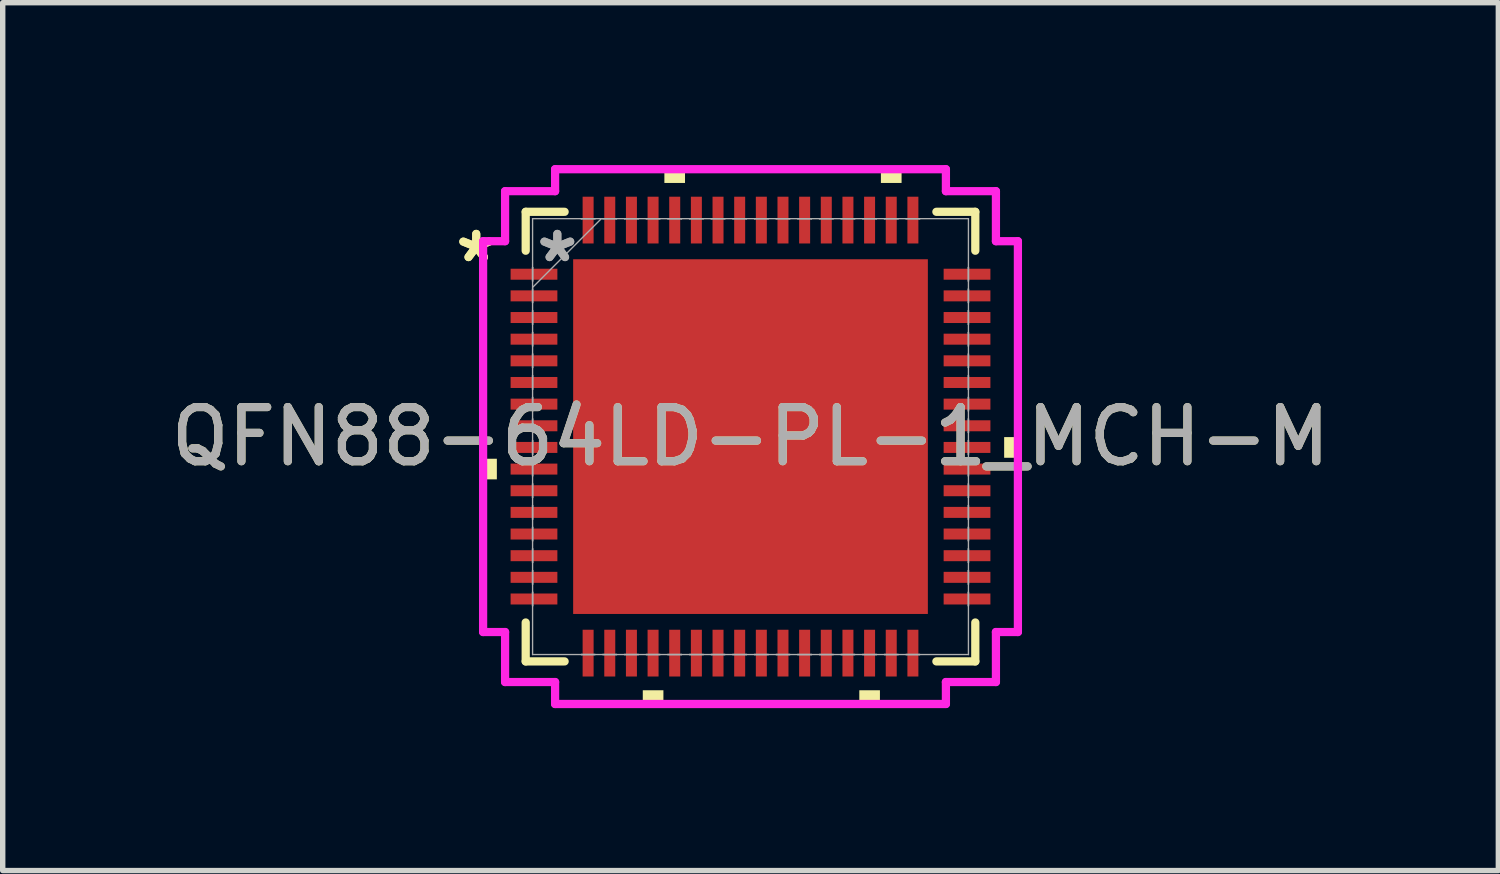
<source format=kicad_pcb>
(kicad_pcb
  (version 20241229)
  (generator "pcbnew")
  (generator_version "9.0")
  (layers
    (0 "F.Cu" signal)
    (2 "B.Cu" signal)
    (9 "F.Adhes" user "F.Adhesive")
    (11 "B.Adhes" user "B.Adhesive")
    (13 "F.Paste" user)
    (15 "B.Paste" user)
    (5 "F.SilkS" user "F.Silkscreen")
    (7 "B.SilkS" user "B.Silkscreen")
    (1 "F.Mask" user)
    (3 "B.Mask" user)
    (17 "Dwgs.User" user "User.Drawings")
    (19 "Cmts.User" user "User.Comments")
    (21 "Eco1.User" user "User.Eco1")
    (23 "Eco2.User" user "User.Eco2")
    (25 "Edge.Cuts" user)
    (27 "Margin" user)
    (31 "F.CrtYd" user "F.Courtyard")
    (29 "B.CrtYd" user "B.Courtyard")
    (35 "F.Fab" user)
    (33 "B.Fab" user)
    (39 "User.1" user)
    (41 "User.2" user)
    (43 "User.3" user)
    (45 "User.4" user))
  (footprint "QFN88-64LD-PL-1_MCH-M"
    (layer "F.Cu")
    (at 10.815 5.016)
    (property "Reference" "QFN88-64LD-PL-1_MCH-M" (at 0 0 0) (unlocked yes) (layer "F.SilkS") (effects (font (size 1 1) (thickness 0.15))))
    (attr smd)
    (fp_line (start -4.153 -4.153) (end -4.153 -3.434) (stroke (width 0.152) (type solid)) (layer "F.SilkS"))
    (fp_line (start -4.153 3.434) (end -4.153 4.153) (stroke (width 0.152) (type solid)) (layer "F.SilkS"))
    (fp_line (start -4.153 4.153) (end -3.434 4.153) (stroke (width 0.152) (type solid)) (layer "F.SilkS"))
    (fp_line (start -3.434 -4.153) (end -4.153 -4.153) (stroke (width 0.152) (type solid)) (layer "F.SilkS"))
    (fp_line (start 3.434 4.153) (end 4.153 4.153) (stroke (width 0.152) (type solid)) (layer "F.SilkS"))
    (fp_line (start 4.153 -4.153) (end 3.434 -4.153) (stroke (width 0.152) (type solid)) (layer "F.SilkS"))
    (fp_line (start 4.153 -3.434) (end 4.153 -4.153) (stroke (width 0.152) (type solid)) (layer "F.SilkS"))
    (fp_line (start 4.153 4.153) (end 4.153 3.434) (stroke (width 0.152) (type solid)) (layer "F.SilkS"))
    (fp_poly (pts (xy -4.94 0.409) (xy -4.94 0.79) (xy -4.686 0.79) (xy -4.686 0.409)) (stroke (width 0) (type solid)) (fill yes) (layer "F.SilkS"))
    (fp_poly (pts (xy -1.99 4.686) (xy -1.99 4.94) (xy -1.609 4.94) (xy -1.609 4.686)) (stroke (width 0) (type solid)) (fill yes) (layer "F.SilkS"))
    (fp_poly (pts (xy -1.591 -4.686) (xy -1.591 -4.94) (xy -1.21 -4.94) (xy -1.21 -4.686)) (stroke (width 0) (type solid)) (fill yes) (layer "F.SilkS"))
    (fp_poly (pts (xy 2.01 4.686) (xy 2.01 4.94) (xy 2.391 4.94) (xy 2.391 4.686)) (stroke (width 0) (type solid)) (fill yes) (layer "F.SilkS"))
    (fp_poly (pts (xy 2.409 -4.686) (xy 2.409 -4.94) (xy 2.791 -4.94) (xy 2.791 -4.686)) (stroke (width 0) (type solid)) (fill yes) (layer "F.SilkS"))
    (fp_poly (pts (xy 4.94 0.009) (xy 4.94 0.391) (xy 4.686 0.391) (xy 4.686 0.009)) (stroke (width 0) (type solid)) (fill yes) (layer "F.SilkS"))
    (fp_poly (pts (xy -3.177 -3.177) (xy -3.177 -2.066) (xy -2.066 -2.066) (xy -2.066 -3.177)) (stroke (width 0) (type solid)) (fill yes) (layer "F.Paste"))
    (fp_poly (pts (xy -3.177 -1.866) (xy -3.177 -0.755) (xy -2.066 -0.755) (xy -2.066 -1.866)) (stroke (width 0) (type solid)) (fill yes) (layer "F.Paste"))
    (fp_poly (pts (xy -3.177 -0.555) (xy -3.177 0.555) (xy -2.066 0.555) (xy -2.066 -0.555)) (stroke (width 0) (type solid)) (fill yes) (layer "F.Paste"))
    (fp_poly (pts (xy -3.177 0.755) (xy -3.177 1.866) (xy -2.066 1.866) (xy -2.066 0.755)) (stroke (width 0) (type solid)) (fill yes) (layer "F.Paste"))
    (fp_poly (pts (xy -3.177 2.066) (xy -3.177 3.177) (xy -2.066 3.177) (xy -2.066 2.066)) (stroke (width 0) (type solid)) (fill yes) (layer "F.Paste"))
    (fp_poly (pts (xy -1.866 -3.177) (xy -1.866 -2.066) (xy -0.755 -2.066) (xy -0.755 -3.177)) (stroke (width 0) (type solid)) (fill yes) (layer "F.Paste"))
    (fp_poly (pts (xy -1.866 -1.866) (xy -1.866 -0.755) (xy -0.755 -0.755) (xy -0.755 -1.866)) (stroke (width 0) (type solid)) (fill yes) (layer "F.Paste"))
    (fp_poly (pts (xy -1.866 -0.555) (xy -1.866 0.555) (xy -0.755 0.555) (xy -0.755 -0.555)) (stroke (width 0) (type solid)) (fill yes) (layer "F.Paste"))
    (fp_poly (pts (xy -1.866 0.755) (xy -1.866 1.866) (xy -0.755 1.866) (xy -0.755 0.755)) (stroke (width 0) (type solid)) (fill yes) (layer "F.Paste"))
    (fp_poly (pts (xy -1.866 2.066) (xy -1.866 3.177) (xy -0.755 3.177) (xy -0.755 2.066)) (stroke (width 0) (type solid)) (fill yes) (layer "F.Paste"))
    (fp_poly (pts (xy -0.555 -3.177) (xy -0.555 -2.066) (xy 0.555 -2.066) (xy 0.555 -3.177)) (stroke (width 0) (type solid)) (fill yes) (layer "F.Paste"))
    (fp_poly (pts (xy -0.555 -1.866) (xy -0.555 -0.755) (xy 0.555 -0.755) (xy 0.555 -1.866)) (stroke (width 0) (type solid)) (fill yes) (layer "F.Paste"))
    (fp_poly (pts (xy -0.555 -0.555) (xy -0.555 0.555) (xy 0.555 0.555) (xy 0.555 -0.555)) (stroke (width 0) (type solid)) (fill yes) (layer "F.Paste"))
    (fp_poly (pts (xy -0.555 0.755) (xy -0.555 1.866) (xy 0.555 1.866) (xy 0.555 0.755)) (stroke (width 0) (type solid)) (fill yes) (layer "F.Paste"))
    (fp_poly (pts (xy -0.555 2.066) (xy -0.555 3.177) (xy 0.555 3.177) (xy 0.555 2.066)) (stroke (width 0) (type solid)) (fill yes) (layer "F.Paste"))
    (fp_poly (pts (xy 0.755 -3.177) (xy 0.755 -2.066) (xy 1.866 -2.066) (xy 1.866 -3.177)) (stroke (width 0) (type solid)) (fill yes) (layer "F.Paste"))
    (fp_poly (pts (xy 0.755 -1.866) (xy 0.755 -0.755) (xy 1.866 -0.755) (xy 1.866 -1.866)) (stroke (width 0) (type solid)) (fill yes) (layer "F.Paste"))
    (fp_poly (pts (xy 0.755 -0.555) (xy 0.755 0.555) (xy 1.866 0.555) (xy 1.866 -0.555)) (stroke (width 0) (type solid)) (fill yes) (layer "F.Paste"))
    (fp_poly (pts (xy 0.755 0.755) (xy 0.755 1.866) (xy 1.866 1.866) (xy 1.866 0.755)) (stroke (width 0) (type solid)) (fill yes) (layer "F.Paste"))
    (fp_poly (pts (xy 0.755 2.066) (xy 0.755 3.177) (xy 1.866 3.177) (xy 1.866 2.066)) (stroke (width 0) (type solid)) (fill yes) (layer "F.Paste"))
    (fp_poly (pts (xy 2.066 -3.177) (xy 2.066 -2.066) (xy 3.177 -2.066) (xy 3.177 -3.177)) (stroke (width 0) (type solid)) (fill yes) (layer "F.Paste"))
    (fp_poly (pts (xy 2.066 -1.866) (xy 2.066 -0.755) (xy 3.177 -0.755) (xy 3.177 -1.866)) (stroke (width 0) (type solid)) (fill yes) (layer "F.Paste"))
    (fp_poly (pts (xy 2.066 -0.555) (xy 2.066 0.555) (xy 3.177 0.555) (xy 3.177 -0.555)) (stroke (width 0) (type solid)) (fill yes) (layer "F.Paste"))
    (fp_poly (pts (xy 2.066 0.755) (xy 2.066 1.866) (xy 3.177 1.866) (xy 3.177 0.755)) (stroke (width 0) (type solid)) (fill yes) (layer "F.Paste"))
    (fp_poly (pts (xy 2.066 2.066) (xy 2.066 3.177) (xy 3.177 3.177) (xy 3.177 2.066)) (stroke (width 0) (type solid)) (fill yes) (layer "F.Paste"))
    (fp_line (start -4.94 -3.61) (end -4.534 -3.61) (stroke (width 0.152) (type solid)) (layer "F.CrtYd"))
    (fp_line (start -4.94 3.61) (end -4.94 -3.61) (stroke (width 0.152) (type solid)) (layer "F.CrtYd"))
    (fp_line (start -4.534 -4.534) (end -3.61 -4.534) (stroke (width 0.152) (type solid)) (layer "F.CrtYd"))
    (fp_line (start -4.534 -3.61) (end -4.534 -4.534) (stroke (width 0.152) (type solid)) (layer "F.CrtYd"))
    (fp_line (start -4.534 3.61) (end -4.94 3.61) (stroke (width 0.152) (type solid)) (layer "F.CrtYd"))
    (fp_line (start -4.534 4.534) (end -4.534 3.61) (stroke (width 0.152) (type solid)) (layer "F.CrtYd"))
    (fp_line (start -3.61 -4.94) (end 3.61 -4.94) (stroke (width 0.152) (type solid)) (layer "F.CrtYd"))
    (fp_line (start -3.61 -4.534) (end -3.61 -4.94) (stroke (width 0.152) (type solid)) (layer "F.CrtYd"))
    (fp_line (start -3.61 4.534) (end -4.534 4.534) (stroke (width 0.152) (type solid)) (layer "F.CrtYd"))
    (fp_line (start -3.61 4.94) (end -3.61 4.534) (stroke (width 0.152) (type solid)) (layer "F.CrtYd"))
    (fp_line (start 3.61 -4.94) (end 3.61 -4.534) (stroke (width 0.152) (type solid)) (layer "F.CrtYd"))
    (fp_line (start 3.61 -4.534) (end 4.534 -4.534) (stroke (width 0.152) (type solid)) (layer "F.CrtYd"))
    (fp_line (start 3.61 4.534) (end 3.61 4.94) (stroke (width 0.152) (type solid)) (layer "F.CrtYd"))
    (fp_line (start 3.61 4.94) (end -3.61 4.94) (stroke (width 0.152) (type solid)) (layer "F.CrtYd"))
    (fp_line (start 4.534 -4.534) (end 4.534 -3.61) (stroke (width 0.152) (type solid)) (layer "F.CrtYd"))
    (fp_line (start 4.534 -3.61) (end 4.94 -3.61) (stroke (width 0.152) (type solid)) (layer "F.CrtYd"))
    (fp_line (start 4.534 3.61) (end 4.534 4.534) (stroke (width 0.152) (type solid)) (layer "F.CrtYd"))
    (fp_line (start 4.534 4.534) (end 3.61 4.534) (stroke (width 0.152) (type solid)) (layer "F.CrtYd"))
    (fp_line (start 4.94 -3.61) (end 4.94 3.61) (stroke (width 0.152) (type solid)) (layer "F.CrtYd"))
    (fp_line (start 4.94 3.61) (end 4.534 3.61) (stroke (width 0.152) (type solid)) (layer "F.CrtYd"))
    (fp_line (start -4.026 -4.026) (end -4.026 -4.026) (stroke (width 0.025) (type solid)) (layer "F.Fab"))
    (fp_line (start -4.026 -4.026) (end -4.026 4.026) (stroke (width 0.025) (type solid)) (layer "F.Fab"))
    (fp_line (start -4.026 -3.127) (end -4.026 -3.127) (stroke (width 0.025) (type solid)) (layer "F.Fab"))
    (fp_line (start -4.026 -3.127) (end -4.026 -2.873) (stroke (width 0.025) (type solid)) (layer "F.Fab"))
    (fp_line (start -4.026 -2.873) (end -4.026 -3.127) (stroke (width 0.025) (type solid)) (layer "F.Fab"))
    (fp_line (start -4.026 -2.873) (end -4.026 -2.873) (stroke (width 0.025) (type solid)) (layer "F.Fab"))
    (fp_line (start -4.026 -2.756) (end -2.756 -4.026) (stroke (width 0.025) (type solid)) (layer "F.Fab"))
    (fp_line (start -4.026 -2.727) (end -4.026 -2.727) (stroke (width 0.025) (type solid)) (layer "F.Fab"))
    (fp_line (start -4.026 -2.727) (end -4.026 -2.473) (stroke (width 0.025) (type solid)) (layer "F.Fab"))
    (fp_line (start -4.026 -2.473) (end -4.026 -2.727) (stroke (width 0.025) (type solid)) (layer "F.Fab"))
    (fp_line (start -4.026 -2.473) (end -4.026 -2.473) (stroke (width 0.025) (type solid)) (layer "F.Fab"))
    (fp_line (start -4.026 -2.327) (end -4.026 -2.327) (stroke (width 0.025) (type solid)) (layer "F.Fab"))
    (fp_line (start -4.026 -2.327) (end -4.026 -2.073) (stroke (width 0.025) (type solid)) (layer "F.Fab"))
    (fp_line (start -4.026 -2.073) (end -4.026 -2.327) (stroke (width 0.025) (type solid)) (layer "F.Fab"))
    (fp_line (start -4.026 -2.073) (end -4.026 -2.073) (stroke (width 0.025) (type solid)) (layer "F.Fab"))
    (fp_line (start -4.026 -1.927) (end -4.026 -1.927) (stroke (width 0.025) (type solid)) (layer "F.Fab"))
    (fp_line (start -4.026 -1.927) (end -4.026 -1.673) (stroke (width 0.025) (type solid)) (layer "F.Fab"))
    (fp_line (start -4.026 -1.673) (end -4.026 -1.927) (stroke (width 0.025) (type solid)) (layer "F.Fab"))
    (fp_line (start -4.026 -1.673) (end -4.026 -1.673) (stroke (width 0.025) (type solid)) (layer "F.Fab"))
    (fp_line (start -4.026 -1.527) (end -4.026 -1.527) (stroke (width 0.025) (type solid)) (layer "F.Fab"))
    (fp_line (start -4.026 -1.527) (end -4.026 -1.273) (stroke (width 0.025) (type solid)) (layer "F.Fab"))
    (fp_line (start -4.026 -1.273) (end -4.026 -1.527) (stroke (width 0.025) (type solid)) (layer "F.Fab"))
    (fp_line (start -4.026 -1.273) (end -4.026 -1.273) (stroke (width 0.025) (type solid)) (layer "F.Fab"))
    (fp_line (start -4.026 -1.127) (end -4.026 -1.127) (stroke (width 0.025) (type solid)) (layer "F.Fab"))
    (fp_line (start -4.026 -1.127) (end -4.026 -0.873) (stroke (width 0.025) (type solid)) (layer "F.Fab"))
    (fp_line (start -4.026 -0.873) (end -4.026 -1.127) (stroke (width 0.025) (type solid)) (layer "F.Fab"))
    (fp_line (start -4.026 -0.873) (end -4.026 -0.873) (stroke (width 0.025) (type solid)) (layer "F.Fab"))
    (fp_line (start -4.026 -0.727) (end -4.026 -0.727) (stroke (width 0.025) (type solid)) (layer "F.Fab"))
    (fp_line (start -4.026 -0.727) (end -4.026 -0.473) (stroke (width 0.025) (type solid)) (layer "F.Fab"))
    (fp_line (start -4.026 -0.473) (end -4.026 -0.727) (stroke (width 0.025) (type solid)) (layer "F.Fab"))
    (fp_line (start -4.026 -0.473) (end -4.026 -0.473) (stroke (width 0.025) (type solid)) (layer "F.Fab"))
    (fp_line (start -4.026 -0.327) (end -4.026 -0.327) (stroke (width 0.025) (type solid)) (layer "F.Fab"))
    (fp_line (start -4.026 -0.327) (end -4.026 -0.073) (stroke (width 0.025) (type solid)) (layer "F.Fab"))
    (fp_line (start -4.026 -0.073) (end -4.026 -0.327) (stroke (width 0.025) (type solid)) (layer "F.Fab"))
    (fp_line (start -4.026 -0.073) (end -4.026 -0.073) (stroke (width 0.025) (type solid)) (layer "F.Fab"))
    (fp_line (start -4.026 0.073) (end -4.026 0.073) (stroke (width 0.025) (type solid)) (layer "F.Fab"))
    (fp_line (start -4.026 0.073) (end -4.026 0.327) (stroke (width 0.025) (type solid)) (layer "F.Fab"))
    (fp_line (start -4.026 0.327) (end -4.026 0.073) (stroke (width 0.025) (type solid)) (layer "F.Fab"))
    (fp_line (start -4.026 0.327) (end -4.026 0.327) (stroke (width 0.025) (type solid)) (layer "F.Fab"))
    (fp_line (start -4.026 0.473) (end -4.026 0.473) (stroke (width 0.025) (type solid)) (layer "F.Fab"))
    (fp_line (start -4.026 0.473) (end -4.026 0.727) (stroke (width 0.025) (type solid)) (layer "F.Fab"))
    (fp_line (start -4.026 0.727) (end -4.026 0.473) (stroke (width 0.025) (type solid)) (layer "F.Fab"))
    (fp_line (start -4.026 0.727) (end -4.026 0.727) (stroke (width 0.025) (type solid)) (layer "F.Fab"))
    (fp_line (start -4.026 0.873) (end -4.026 0.873) (stroke (width 0.025) (type solid)) (layer "F.Fab"))
    (fp_line (start -4.026 0.873) (end -4.026 1.127) (stroke (width 0.025) (type solid)) (layer "F.Fab"))
    (fp_line (start -4.026 1.127) (end -4.026 0.873) (stroke (width 0.025) (type solid)) (layer "F.Fab"))
    (fp_line (start -4.026 1.127) (end -4.026 1.127) (stroke (width 0.025) (type solid)) (layer "F.Fab"))
    (fp_line (start -4.026 1.273) (end -4.026 1.273) (stroke (width 0.025) (type solid)) (layer "F.Fab"))
    (fp_line (start -4.026 1.273) (end -4.026 1.527) (stroke (width 0.025) (type solid)) (layer "F.Fab"))
    (fp_line (start -4.026 1.527) (end -4.026 1.273) (stroke (width 0.025) (type solid)) (layer "F.Fab"))
    (fp_line (start -4.026 1.527) (end -4.026 1.527) (stroke (width 0.025) (type solid)) (layer "F.Fab"))
    (fp_line (start -4.026 1.673) (end -4.026 1.673) (stroke (width 0.025) (type solid)) (layer "F.Fab"))
    (fp_line (start -4.026 1.673) (end -4.026 1.927) (stroke (width 0.025) (type solid)) (layer "F.Fab"))
    (fp_line (start -4.026 1.927) (end -4.026 1.673) (stroke (width 0.025) (type solid)) (layer "F.Fab"))
    (fp_line (start -4.026 1.927) (end -4.026 1.927) (stroke (width 0.025) (type solid)) (layer "F.Fab"))
    (fp_line (start -4.026 2.073) (end -4.026 2.073) (stroke (width 0.025) (type solid)) (layer "F.Fab"))
    (fp_line (start -4.026 2.073) (end -4.026 2.327) (stroke (width 0.025) (type solid)) (layer "F.Fab"))
    (fp_line (start -4.026 2.327) (end -4.026 2.073) (stroke (width 0.025) (type solid)) (layer "F.Fab"))
    (fp_line (start -4.026 2.327) (end -4.026 2.327) (stroke (width 0.025) (type solid)) (layer "F.Fab"))
    (fp_line (start -4.026 2.473) (end -4.026 2.473) (stroke (width 0.025) (type solid)) (layer "F.Fab"))
    (fp_line (start -4.026 2.473) (end -4.026 2.727) (stroke (width 0.025) (type solid)) (layer "F.Fab"))
    (fp_line (start -4.026 2.727) (end -4.026 2.473) (stroke (width 0.025) (type solid)) (layer "F.Fab"))
    (fp_line (start -4.026 2.727) (end -4.026 2.727) (stroke (width 0.025) (type solid)) (layer "F.Fab"))
    (fp_line (start -4.026 2.873) (end -4.026 2.873) (stroke (width 0.025) (type solid)) (layer "F.Fab"))
    (fp_line (start -4.026 2.873) (end -4.026 3.127) (stroke (width 0.025) (type solid)) (layer "F.Fab"))
    (fp_line (start -4.026 3.127) (end -4.026 2.873) (stroke (width 0.025) (type solid)) (layer "F.Fab"))
    (fp_line (start -4.026 3.127) (end -4.026 3.127) (stroke (width 0.025) (type solid)) (layer "F.Fab"))
    (fp_line (start -4.026 4.026) (end -4.026 4.026) (stroke (width 0.025) (type solid)) (layer "F.Fab"))
    (fp_line (start -4.026 4.026) (end 4.026 4.026) (stroke (width 0.025) (type solid)) (layer "F.Fab"))
    (fp_line (start -3.127 -4.026) (end -3.127 -4.026) (stroke (width 0.025) (type solid)) (layer "F.Fab"))
    (fp_line (start -3.127 -4.026) (end -2.873 -4.026) (stroke (width 0.025) (type solid)) (layer "F.Fab"))
    (fp_line (start -3.127 4.026) (end -3.127 4.026) (stroke (width 0.025) (type solid)) (layer "F.Fab"))
    (fp_line (start -3.127 4.026) (end -2.873 4.026) (stroke (width 0.025) (type solid)) (layer "F.Fab"))
    (fp_line (start -2.873 -4.026) (end -3.127 -4.026) (stroke (width 0.025) (type solid)) (layer "F.Fab"))
    (fp_line (start -2.873 -4.026) (end -2.873 -4.026) (stroke (width 0.025) (type solid)) (layer "F.Fab"))
    (fp_line (start -2.873 4.026) (end -3.127 4.026) (stroke (width 0.025) (type solid)) (layer "F.Fab"))
    (fp_line (start -2.873 4.026) (end -2.873 4.026) (stroke (width 0.025) (type solid)) (layer "F.Fab"))
    (fp_line (start -2.727 -4.026) (end -2.727 -4.026) (stroke (width 0.025) (type solid)) (layer "F.Fab"))
    (fp_line (start -2.727 -4.026) (end -2.473 -4.026) (stroke (width 0.025) (type solid)) (layer "F.Fab"))
    (fp_line (start -2.727 4.026) (end -2.727 4.026) (stroke (width 0.025) (type solid)) (layer "F.Fab"))
    (fp_line (start -2.727 4.026) (end -2.473 4.026) (stroke (width 0.025) (type solid)) (layer "F.Fab"))
    (fp_line (start -2.473 -4.026) (end -2.727 -4.026) (stroke (width 0.025) (type solid)) (layer "F.Fab"))
    (fp_line (start -2.473 -4.026) (end -2.473 -4.026) (stroke (width 0.025) (type solid)) (layer "F.Fab"))
    (fp_line (start -2.473 4.026) (end -2.727 4.026) (stroke (width 0.025) (type solid)) (layer "F.Fab"))
    (fp_line (start -2.473 4.026) (end -2.473 4.026) (stroke (width 0.025) (type solid)) (layer "F.Fab"))
    (fp_line (start -2.327 -4.026) (end -2.327 -4.026) (stroke (width 0.025) (type solid)) (layer "F.Fab"))
    (fp_line (start -2.327 -4.026) (end -2.073 -4.026) (stroke (width 0.025) (type solid)) (layer "F.Fab"))
    (fp_line (start -2.327 4.026) (end -2.327 4.026) (stroke (width 0.025) (type solid)) (layer "F.Fab"))
    (fp_line (start -2.327 4.026) (end -2.073 4.026) (stroke (width 0.025) (type solid)) (layer "F.Fab"))
    (fp_line (start -2.073 -4.026) (end -2.327 -4.026) (stroke (width 0.025) (type solid)) (layer "F.Fab"))
    (fp_line (start -2.073 -4.026) (end -2.073 -4.026) (stroke (width 0.025) (type solid)) (layer "F.Fab"))
    (fp_line (start -2.073 4.026) (end -2.327 4.026) (stroke (width 0.025) (type solid)) (layer "F.Fab"))
    (fp_line (start -2.073 4.026) (end -2.073 4.026) (stroke (width 0.025) (type solid)) (layer "F.Fab"))
    (fp_line (start -1.927 -4.026) (end -1.927 -4.026) (stroke (width 0.025) (type solid)) (layer "F.Fab"))
    (fp_line (start -1.927 -4.026) (end -1.673 -4.026) (stroke (width 0.025) (type solid)) (layer "F.Fab"))
    (fp_line (start -1.927 4.026) (end -1.927 4.026) (stroke (width 0.025) (type solid)) (layer "F.Fab"))
    (fp_line (start -1.927 4.026) (end -1.673 4.026) (stroke (width 0.025) (type solid)) (layer "F.Fab"))
    (fp_line (start -1.673 -4.026) (end -1.927 -4.026) (stroke (width 0.025) (type solid)) (layer "F.Fab"))
    (fp_line (start -1.673 -4.026) (end -1.673 -4.026) (stroke (width 0.025) (type solid)) (layer "F.Fab"))
    (fp_line (start -1.673 4.026) (end -1.927 4.026) (stroke (width 0.025) (type solid)) (layer "F.Fab"))
    (fp_line (start -1.673 4.026) (end -1.673 4.026) (stroke (width 0.025) (type solid)) (layer "F.Fab"))
    (fp_line (start -1.527 -4.026) (end -1.527 -4.026) (stroke (width 0.025) (type solid)) (layer "F.Fab"))
    (fp_line (start -1.527 -4.026) (end -1.273 -4.026) (stroke (width 0.025) (type solid)) (layer "F.Fab"))
    (fp_line (start -1.527 4.026) (end -1.527 4.026) (stroke (width 0.025) (type solid)) (layer "F.Fab"))
    (fp_line (start -1.527 4.026) (end -1.273 4.026) (stroke (width 0.025) (type solid)) (layer "F.Fab"))
    (fp_line (start -1.273 -4.026) (end -1.527 -4.026) (stroke (width 0.025) (type solid)) (layer "F.Fab"))
    (fp_line (start -1.273 -4.026) (end -1.273 -4.026) (stroke (width 0.025) (type solid)) (layer "F.Fab"))
    (fp_line (start -1.273 4.026) (end -1.527 4.026) (stroke (width 0.025) (type solid)) (layer "F.Fab"))
    (fp_line (start -1.273 4.026) (end -1.273 4.026) (stroke (width 0.025) (type solid)) (layer "F.Fab"))
    (fp_line (start -1.127 -4.026) (end -1.127 -4.026) (stroke (width 0.025) (type solid)) (layer "F.Fab"))
    (fp_line (start -1.127 -4.026) (end -0.873 -4.026) (stroke (width 0.025) (type solid)) (layer "F.Fab"))
    (fp_line (start -1.127 4.026) (end -1.127 4.026) (stroke (width 0.025) (type solid)) (layer "F.Fab"))
    (fp_line (start -1.127 4.026) (end -0.873 4.026) (stroke (width 0.025) (type solid)) (layer "F.Fab"))
    (fp_line (start -0.873 -4.026) (end -1.127 -4.026) (stroke (width 0.025) (type solid)) (layer "F.Fab"))
    (fp_line (start -0.873 -4.026) (end -0.873 -4.026) (stroke (width 0.025) (type solid)) (layer "F.Fab"))
    (fp_line (start -0.873 4.026) (end -1.127 4.026) (stroke (width 0.025) (type solid)) (layer "F.Fab"))
    (fp_line (start -0.873 4.026) (end -0.873 4.026) (stroke (width 0.025) (type solid)) (layer "F.Fab"))
    (fp_line (start -0.727 -4.026) (end -0.727 -4.026) (stroke (width 0.025) (type solid)) (layer "F.Fab"))
    (fp_line (start -0.727 -4.026) (end -0.473 -4.026) (stroke (width 0.025) (type solid)) (layer "F.Fab"))
    (fp_line (start -0.727 4.026) (end -0.727 4.026) (stroke (width 0.025) (type solid)) (layer "F.Fab"))
    (fp_line (start -0.727 4.026) (end -0.473 4.026) (stroke (width 0.025) (type solid)) (layer "F.Fab"))
    (fp_line (start -0.473 -4.026) (end -0.727 -4.026) (stroke (width 0.025) (type solid)) (layer "F.Fab"))
    (fp_line (start -0.473 -4.026) (end -0.473 -4.026) (stroke (width 0.025) (type solid)) (layer "F.Fab"))
    (fp_line (start -0.473 4.026) (end -0.727 4.026) (stroke (width 0.025) (type solid)) (layer "F.Fab"))
    (fp_line (start -0.473 4.026) (end -0.473 4.026) (stroke (width 0.025) (type solid)) (layer "F.Fab"))
    (fp_line (start -0.327 -4.026) (end -0.327 -4.026) (stroke (width 0.025) (type solid)) (layer "F.Fab"))
    (fp_line (start -0.327 -4.026) (end -0.073 -4.026) (stroke (width 0.025) (type solid)) (layer "F.Fab"))
    (fp_line (start -0.327 4.026) (end -0.327 4.026) (stroke (width 0.025) (type solid)) (layer "F.Fab"))
    (fp_line (start -0.327 4.026) (end -0.073 4.026) (stroke (width 0.025) (type solid)) (layer "F.Fab"))
    (fp_line (start -0.073 -4.026) (end -0.327 -4.026) (stroke (width 0.025) (type solid)) (layer "F.Fab"))
    (fp_line (start -0.073 -4.026) (end -0.073 -4.026) (stroke (width 0.025) (type solid)) (layer "F.Fab"))
    (fp_line (start -0.073 4.026) (end -0.327 4.026) (stroke (width 0.025) (type solid)) (layer "F.Fab"))
    (fp_line (start -0.073 4.026) (end -0.073 4.026) (stroke (width 0.025) (type solid)) (layer "F.Fab"))
    (fp_line (start 0.073 -4.026) (end 0.073 -4.026) (stroke (width 0.025) (type solid)) (layer "F.Fab"))
    (fp_line (start 0.073 -4.026) (end 0.327 -4.026) (stroke (width 0.025) (type solid)) (layer "F.Fab"))
    (fp_line (start 0.073 4.026) (end 0.073 4.026) (stroke (width 0.025) (type solid)) (layer "F.Fab"))
    (fp_line (start 0.073 4.026) (end 0.327 4.026) (stroke (width 0.025) (type solid)) (layer "F.Fab"))
    (fp_line (start 0.327 -4.026) (end 0.073 -4.026) (stroke (width 0.025) (type solid)) (layer "F.Fab"))
    (fp_line (start 0.327 -4.026) (end 0.327 -4.026) (stroke (width 0.025) (type solid)) (layer "F.Fab"))
    (fp_line (start 0.327 4.026) (end 0.073 4.026) (stroke (width 0.025) (type solid)) (layer "F.Fab"))
    (fp_line (start 0.327 4.026) (end 0.327 4.026) (stroke (width 0.025) (type solid)) (layer "F.Fab"))
    (fp_line (start 0.473 -4.026) (end 0.473 -4.026) (stroke (width 0.025) (type solid)) (layer "F.Fab"))
    (fp_line (start 0.473 -4.026) (end 0.727 -4.026) (stroke (width 0.025) (type solid)) (layer "F.Fab"))
    (fp_line (start 0.473 4.026) (end 0.473 4.026) (stroke (width 0.025) (type solid)) (layer "F.Fab"))
    (fp_line (start 0.473 4.026) (end 0.727 4.026) (stroke (width 0.025) (type solid)) (layer "F.Fab"))
    (fp_line (start 0.727 -4.026) (end 0.473 -4.026) (stroke (width 0.025) (type solid)) (layer "F.Fab"))
    (fp_line (start 0.727 -4.026) (end 0.727 -4.026) (stroke (width 0.025) (type solid)) (layer "F.Fab"))
    (fp_line (start 0.727 4.026) (end 0.473 4.026) (stroke (width 0.025) (type solid)) (layer "F.Fab"))
    (fp_line (start 0.727 4.026) (end 0.727 4.026) (stroke (width 0.025) (type solid)) (layer "F.Fab"))
    (fp_line (start 0.873 -4.026) (end 0.873 -4.026) (stroke (width 0.025) (type solid)) (layer "F.Fab"))
    (fp_line (start 0.873 -4.026) (end 1.127 -4.026) (stroke (width 0.025) (type solid)) (layer "F.Fab"))
    (fp_line (start 0.873 4.026) (end 0.873 4.026) (stroke (width 0.025) (type solid)) (layer "F.Fab"))
    (fp_line (start 0.873 4.026) (end 1.127 4.026) (stroke (width 0.025) (type solid)) (layer "F.Fab"))
    (fp_line (start 1.127 -4.026) (end 0.873 -4.026) (stroke (width 0.025) (type solid)) (layer "F.Fab"))
    (fp_line (start 1.127 -4.026) (end 1.127 -4.026) (stroke (width 0.025) (type solid)) (layer "F.Fab"))
    (fp_line (start 1.127 4.026) (end 0.873 4.026) (stroke (width 0.025) (type solid)) (layer "F.Fab"))
    (fp_line (start 1.127 4.026) (end 1.127 4.026) (stroke (width 0.025) (type solid)) (layer "F.Fab"))
    (fp_line (start 1.273 -4.026) (end 1.273 -4.026) (stroke (width 0.025) (type solid)) (layer "F.Fab"))
    (fp_line (start 1.273 -4.026) (end 1.527 -4.026) (stroke (width 0.025) (type solid)) (layer "F.Fab"))
    (fp_line (start 1.273 4.026) (end 1.273 4.026) (stroke (width 0.025) (type solid)) (layer "F.Fab"))
    (fp_line (start 1.273 4.026) (end 1.527 4.026) (stroke (width 0.025) (type solid)) (layer "F.Fab"))
    (fp_line (start 1.527 -4.026) (end 1.273 -4.026) (stroke (width 0.025) (type solid)) (layer "F.Fab"))
    (fp_line (start 1.527 -4.026) (end 1.527 -4.026) (stroke (width 0.025) (type solid)) (layer "F.Fab"))
    (fp_line (start 1.527 4.026) (end 1.273 4.026) (stroke (width 0.025) (type solid)) (layer "F.Fab"))
    (fp_line (start 1.527 4.026) (end 1.527 4.026) (stroke (width 0.025) (type solid)) (layer "F.Fab"))
    (fp_line (start 1.673 -4.026) (end 1.673 -4.026) (stroke (width 0.025) (type solid)) (layer "F.Fab"))
    (fp_line (start 1.673 -4.026) (end 1.927 -4.026) (stroke (width 0.025) (type solid)) (layer "F.Fab"))
    (fp_line (start 1.673 4.026) (end 1.673 4.026) (stroke (width 0.025) (type solid)) (layer "F.Fab"))
    (fp_line (start 1.673 4.026) (end 1.927 4.026) (stroke (width 0.025) (type solid)) (layer "F.Fab"))
    (fp_line (start 1.927 -4.026) (end 1.673 -4.026) (stroke (width 0.025) (type solid)) (layer "F.Fab"))
    (fp_line (start 1.927 -4.026) (end 1.927 -4.026) (stroke (width 0.025) (type solid)) (layer "F.Fab"))
    (fp_line (start 1.927 4.026) (end 1.673 4.026) (stroke (width 0.025) (type solid)) (layer "F.Fab"))
    (fp_line (start 1.927 4.026) (end 1.927 4.026) (stroke (width 0.025) (type solid)) (layer "F.Fab"))
    (fp_line (start 2.073 -4.026) (end 2.073 -4.026) (stroke (width 0.025) (type solid)) (layer "F.Fab"))
    (fp_line (start 2.073 -4.026) (end 2.327 -4.026) (stroke (width 0.025) (type solid)) (layer "F.Fab"))
    (fp_line (start 2.073 4.026) (end 2.073 4.026) (stroke (width 0.025) (type solid)) (layer "F.Fab"))
    (fp_line (start 2.073 4.026) (end 2.327 4.026) (stroke (width 0.025) (type solid)) (layer "F.Fab"))
    (fp_line (start 2.327 -4.026) (end 2.073 -4.026) (stroke (width 0.025) (type solid)) (layer "F.Fab"))
    (fp_line (start 2.327 -4.026) (end 2.327 -4.026) (stroke (width 0.025) (type solid)) (layer "F.Fab"))
    (fp_line (start 2.327 4.026) (end 2.073 4.026) (stroke (width 0.025) (type solid)) (layer "F.Fab"))
    (fp_line (start 2.327 4.026) (end 2.327 4.026) (stroke (width 0.025) (type solid)) (layer "F.Fab"))
    (fp_line (start 2.473 -4.026) (end 2.473 -4.026) (stroke (width 0.025) (type solid)) (layer "F.Fab"))
    (fp_line (start 2.473 -4.026) (end 2.727 -4.026) (stroke (width 0.025) (type solid)) (layer "F.Fab"))
    (fp_line (start 2.473 4.026) (end 2.473 4.026) (stroke (width 0.025) (type solid)) (layer "F.Fab"))
    (fp_line (start 2.473 4.026) (end 2.727 4.026) (stroke (width 0.025) (type solid)) (layer "F.Fab"))
    (fp_line (start 2.727 -4.026) (end 2.473 -4.026) (stroke (width 0.025) (type solid)) (layer "F.Fab"))
    (fp_line (start 2.727 -4.026) (end 2.727 -4.026) (stroke (width 0.025) (type solid)) (layer "F.Fab"))
    (fp_line (start 2.727 4.026) (end 2.473 4.026) (stroke (width 0.025) (type solid)) (layer "F.Fab"))
    (fp_line (start 2.727 4.026) (end 2.727 4.026) (stroke (width 0.025) (type solid)) (layer "F.Fab"))
    (fp_line (start 2.873 -4.026) (end 2.873 -4.026) (stroke (width 0.025) (type solid)) (layer "F.Fab"))
    (fp_line (start 2.873 -4.026) (end 3.127 -4.026) (stroke (width 0.025) (type solid)) (layer "F.Fab"))
    (fp_line (start 2.873 4.026) (end 2.873 4.026) (stroke (width 0.025) (type solid)) (layer "F.Fab"))
    (fp_line (start 2.873 4.026) (end 3.127 4.026) (stroke (width 0.025) (type solid)) (layer "F.Fab"))
    (fp_line (start 3.127 -4.026) (end 2.873 -4.026) (stroke (width 0.025) (type solid)) (layer "F.Fab"))
    (fp_line (start 3.127 -4.026) (end 3.127 -4.026) (stroke (width 0.025) (type solid)) (layer "F.Fab"))
    (fp_line (start 3.127 4.026) (end 2.873 4.026) (stroke (width 0.025) (type solid)) (layer "F.Fab"))
    (fp_line (start 3.127 4.026) (end 3.127 4.026) (stroke (width 0.025) (type solid)) (layer "F.Fab"))
    (fp_line (start 4.026 -4.026) (end -4.026 -4.026) (stroke (width 0.025) (type solid)) (layer "F.Fab"))
    (fp_line (start 4.026 -4.026) (end 4.026 -4.026) (stroke (width 0.025) (type solid)) (layer "F.Fab"))
    (fp_line (start 4.026 -3.127) (end 4.026 -3.127) (stroke (width 0.025) (type solid)) (layer "F.Fab"))
    (fp_line (start 4.026 -3.127) (end 4.026 -2.873) (stroke (width 0.025) (type solid)) (layer "F.Fab"))
    (fp_line (start 4.026 -2.873) (end 4.026 -3.127) (stroke (width 0.025) (type solid)) (layer "F.Fab"))
    (fp_line (start 4.026 -2.873) (end 4.026 -2.873) (stroke (width 0.025) (type solid)) (layer "F.Fab"))
    (fp_line (start 4.026 -2.727) (end 4.026 -2.727) (stroke (width 0.025) (type solid)) (layer "F.Fab"))
    (fp_line (start 4.026 -2.727) (end 4.026 -2.473) (stroke (width 0.025) (type solid)) (layer "F.Fab"))
    (fp_line (start 4.026 -2.473) (end 4.026 -2.727) (stroke (width 0.025) (type solid)) (layer "F.Fab"))
    (fp_line (start 4.026 -2.473) (end 4.026 -2.473) (stroke (width 0.025) (type solid)) (layer "F.Fab"))
    (fp_line (start 4.026 -2.327) (end 4.026 -2.327) (stroke (width 0.025) (type solid)) (layer "F.Fab"))
    (fp_line (start 4.026 -2.327) (end 4.026 -2.073) (stroke (width 0.025) (type solid)) (layer "F.Fab"))
    (fp_line (start 4.026 -2.073) (end 4.026 -2.327) (stroke (width 0.025) (type solid)) (layer "F.Fab"))
    (fp_line (start 4.026 -2.073) (end 4.026 -2.073) (stroke (width 0.025) (type solid)) (layer "F.Fab"))
    (fp_line (start 4.026 -1.927) (end 4.026 -1.927) (stroke (width 0.025) (type solid)) (layer "F.Fab"))
    (fp_line (start 4.026 -1.927) (end 4.026 -1.673) (stroke (width 0.025) (type solid)) (layer "F.Fab"))
    (fp_line (start 4.026 -1.673) (end 4.026 -1.927) (stroke (width 0.025) (type solid)) (layer "F.Fab"))
    (fp_line (start 4.026 -1.673) (end 4.026 -1.673) (stroke (width 0.025) (type solid)) (layer "F.Fab"))
    (fp_line (start 4.026 -1.527) (end 4.026 -1.527) (stroke (width 0.025) (type solid)) (layer "F.Fab"))
    (fp_line (start 4.026 -1.527) (end 4.026 -1.273) (stroke (width 0.025) (type solid)) (layer "F.Fab"))
    (fp_line (start 4.026 -1.273) (end 4.026 -1.527) (stroke (width 0.025) (type solid)) (layer "F.Fab"))
    (fp_line (start 4.026 -1.273) (end 4.026 -1.273) (stroke (width 0.025) (type solid)) (layer "F.Fab"))
    (fp_line (start 4.026 -1.127) (end 4.026 -1.127) (stroke (width 0.025) (type solid)) (layer "F.Fab"))
    (fp_line (start 4.026 -1.127) (end 4.026 -0.873) (stroke (width 0.025) (type solid)) (layer "F.Fab"))
    (fp_line (start 4.026 -0.873) (end 4.026 -1.127) (stroke (width 0.025) (type solid)) (layer "F.Fab"))
    (fp_line (start 4.026 -0.873) (end 4.026 -0.873) (stroke (width 0.025) (type solid)) (layer "F.Fab"))
    (fp_line (start 4.026 -0.727) (end 4.026 -0.727) (stroke (width 0.025) (type solid)) (layer "F.Fab"))
    (fp_line (start 4.026 -0.727) (end 4.026 -0.473) (stroke (width 0.025) (type solid)) (layer "F.Fab"))
    (fp_line (start 4.026 -0.473) (end 4.026 -0.727) (stroke (width 0.025) (type solid)) (layer "F.Fab"))
    (fp_line (start 4.026 -0.473) (end 4.026 -0.473) (stroke (width 0.025) (type solid)) (layer "F.Fab"))
    (fp_line (start 4.026 -0.327) (end 4.026 -0.327) (stroke (width 0.025) (type solid)) (layer "F.Fab"))
    (fp_line (start 4.026 -0.327) (end 4.026 -0.073) (stroke (width 0.025) (type solid)) (layer "F.Fab"))
    (fp_line (start 4.026 -0.073) (end 4.026 -0.327) (stroke (width 0.025) (type solid)) (layer "F.Fab"))
    (fp_line (start 4.026 -0.073) (end 4.026 -0.073) (stroke (width 0.025) (type solid)) (layer "F.Fab"))
    (fp_line (start 4.026 0.073) (end 4.026 0.073) (stroke (width 0.025) (type solid)) (layer "F.Fab"))
    (fp_line (start 4.026 0.073) (end 4.026 0.327) (stroke (width 0.025) (type solid)) (layer "F.Fab"))
    (fp_line (start 4.026 0.327) (end 4.026 0.073) (stroke (width 0.025) (type solid)) (layer "F.Fab"))
    (fp_line (start 4.026 0.327) (end 4.026 0.327) (stroke (width 0.025) (type solid)) (layer "F.Fab"))
    (fp_line (start 4.026 0.473) (end 4.026 0.473) (stroke (width 0.025) (type solid)) (layer "F.Fab"))
    (fp_line (start 4.026 0.473) (end 4.026 0.727) (stroke (width 0.025) (type solid)) (layer "F.Fab"))
    (fp_line (start 4.026 0.727) (end 4.026 0.473) (stroke (width 0.025) (type solid)) (layer "F.Fab"))
    (fp_line (start 4.026 0.727) (end 4.026 0.727) (stroke (width 0.025) (type solid)) (layer "F.Fab"))
    (fp_line (start 4.026 0.873) (end 4.026 0.873) (stroke (width 0.025) (type solid)) (layer "F.Fab"))
    (fp_line (start 4.026 0.873) (end 4.026 1.127) (stroke (width 0.025) (type solid)) (layer "F.Fab"))
    (fp_line (start 4.026 1.127) (end 4.026 0.873) (stroke (width 0.025) (type solid)) (layer "F.Fab"))
    (fp_line (start 4.026 1.127) (end 4.026 1.127) (stroke (width 0.025) (type solid)) (layer "F.Fab"))
    (fp_line (start 4.026 1.273) (end 4.026 1.273) (stroke (width 0.025) (type solid)) (layer "F.Fab"))
    (fp_line (start 4.026 1.273) (end 4.026 1.527) (stroke (width 0.025) (type solid)) (layer "F.Fab"))
    (fp_line (start 4.026 1.527) (end 4.026 1.273) (stroke (width 0.025) (type solid)) (layer "F.Fab"))
    (fp_line (start 4.026 1.527) (end 4.026 1.527) (stroke (width 0.025) (type solid)) (layer "F.Fab"))
    (fp_line (start 4.026 1.673) (end 4.026 1.673) (stroke (width 0.025) (type solid)) (layer "F.Fab"))
    (fp_line (start 4.026 1.673) (end 4.026 1.927) (stroke (width 0.025) (type solid)) (layer "F.Fab"))
    (fp_line (start 4.026 1.927) (end 4.026 1.673) (stroke (width 0.025) (type solid)) (layer "F.Fab"))
    (fp_line (start 4.026 1.927) (end 4.026 1.927) (stroke (width 0.025) (type solid)) (layer "F.Fab"))
    (fp_line (start 4.026 2.073) (end 4.026 2.073) (stroke (width 0.025) (type solid)) (layer "F.Fab"))
    (fp_line (start 4.026 2.073) (end 4.026 2.327) (stroke (width 0.025) (type solid)) (layer "F.Fab"))
    (fp_line (start 4.026 2.327) (end 4.026 2.073) (stroke (width 0.025) (type solid)) (layer "F.Fab"))
    (fp_line (start 4.026 2.327) (end 4.026 2.327) (stroke (width 0.025) (type solid)) (layer "F.Fab"))
    (fp_line (start 4.026 2.473) (end 4.026 2.473) (stroke (width 0.025) (type solid)) (layer "F.Fab"))
    (fp_line (start 4.026 2.473) (end 4.026 2.727) (stroke (width 0.025) (type solid)) (layer "F.Fab"))
    (fp_line (start 4.026 2.727) (end 4.026 2.473) (stroke (width 0.025) (type solid)) (layer "F.Fab"))
    (fp_line (start 4.026 2.727) (end 4.026 2.727) (stroke (width 0.025) (type solid)) (layer "F.Fab"))
    (fp_line (start 4.026 2.873) (end 4.026 2.873) (stroke (width 0.025) (type solid)) (layer "F.Fab"))
    (fp_line (start 4.026 2.873) (end 4.026 3.127) (stroke (width 0.025) (type solid)) (layer "F.Fab"))
    (fp_line (start 4.026 3.127) (end 4.026 2.873) (stroke (width 0.025) (type solid)) (layer "F.Fab"))
    (fp_line (start 4.026 3.127) (end 4.026 3.127) (stroke (width 0.025) (type solid)) (layer "F.Fab"))
    (fp_line (start 4.026 4.026) (end 4.026 -4.026) (stroke (width 0.025) (type solid)) (layer "F.Fab"))
    (fp_line (start 4.026 4.026) (end 4.026 4.026) (stroke (width 0.025) (type solid)) (layer "F.Fab"))
    (fp_text user "*" (at -5.067 -3.2 0) (layer "F.SilkS") (effects (font (size 1 1) (thickness 0.15))))
    (fp_text user "*" (at -5.067 -3.2 0) (unlocked yes) (layer "F.SilkS") (effects (font (size 1 1) (thickness 0.15))))
    (fp_text user "*" (at -3.569 -3.2 0) (unlocked yes) (layer "F.Fab") (effects (font (size 1 1) (thickness 0.15))))
    (fp_text user "${REFERENCE}" (at 0 0 0) (unlocked yes) (layer "F.Fab") (effects (font (size 1 1) (thickness 0.15))))
    (fp_text user "*" (at -3.569 -3.2 0) (layer "F.Fab") (effects (font (size 1 1) (thickness 0.15))))
    (pad "1" smd rect (at -4 -3 90) (size 0.203 0.864) (layers "F.Cu" "F.Mask" "F.Paste"))
    (pad "2" smd rect (at -4 -2.6 90) (size 0.203 0.864) (layers "F.Cu" "F.Mask" "F.Paste"))
    (pad "3" smd rect (at -4 -2.2 90) (size 0.203 0.864) (layers "F.Cu" "F.Mask" "F.Paste"))
    (pad "4" smd rect (at -4 -1.8 90) (size 0.203 0.864) (layers "F.Cu" "F.Mask" "F.Paste"))
    (pad "5" smd rect (at -4 -1.4 90) (size 0.203 0.864) (layers "F.Cu" "F.Mask" "F.Paste"))
    (pad "6" smd rect (at -4 -1 90) (size 0.203 0.864) (layers "F.Cu" "F.Mask" "F.Paste"))
    (pad "7" smd rect (at -4 -0.6 90) (size 0.203 0.864) (layers "F.Cu" "F.Mask" "F.Paste"))
    (pad "8" smd rect (at -4 -0.2 90) (size 0.203 0.864) (layers "F.Cu" "F.Mask" "F.Paste"))
    (pad "9" smd rect (at -4 0.2 90) (size 0.203 0.864) (layers "F.Cu" "F.Mask" "F.Paste"))
    (pad "10" smd rect (at -4 0.6 90) (size 0.203 0.864) (layers "F.Cu" "F.Mask" "F.Paste"))
    (pad "11" smd rect (at -4 1 90) (size 0.203 0.864) (layers "F.Cu" "F.Mask" "F.Paste"))
    (pad "12" smd rect (at -4 1.4 90) (size 0.203 0.864) (layers "F.Cu" "F.Mask" "F.Paste"))
    (pad "13" smd rect (at -4 1.8 90) (size 0.203 0.864) (layers "F.Cu" "F.Mask" "F.Paste"))
    (pad "14" smd rect (at -4 2.2 90) (size 0.203 0.864) (layers "F.Cu" "F.Mask" "F.Paste"))
    (pad "15" smd rect (at -4 2.6 90) (size 0.203 0.864) (layers "F.Cu" "F.Mask" "F.Paste"))
    (pad "16" smd rect (at -4 3 90) (size 0.203 0.864) (layers "F.Cu" "F.Mask" "F.Paste"))
    (pad "17" smd rect (at -3 4) (size 0.203 0.864) (layers "F.Cu" "F.Mask" "F.Paste"))
    (pad "18" smd rect (at -2.6 4) (size 0.203 0.864) (layers "F.Cu" "F.Mask" "F.Paste"))
    (pad "19" smd rect (at -2.2 4) (size 0.203 0.864) (layers "F.Cu" "F.Mask" "F.Paste"))
    (pad "20" smd rect (at -1.8 4) (size 0.203 0.864) (layers "F.Cu" "F.Mask" "F.Paste"))
    (pad "21" smd rect (at -1.4 4) (size 0.203 0.864) (layers "F.Cu" "F.Mask" "F.Paste"))
    (pad "22" smd rect (at -1 4) (size 0.203 0.864) (layers "F.Cu" "F.Mask" "F.Paste"))
    (pad "23" smd rect (at -0.6 4) (size 0.203 0.864) (layers "F.Cu" "F.Mask" "F.Paste"))
    (pad "24" smd rect (at -0.2 4) (size 0.203 0.864) (layers "F.Cu" "F.Mask" "F.Paste"))
    (pad "25" smd rect (at 0.2 4) (size 0.203 0.864) (layers "F.Cu" "F.Mask" "F.Paste"))
    (pad "26" smd rect (at 0.6 4) (size 0.203 0.864) (layers "F.Cu" "F.Mask" "F.Paste"))
    (pad "27" smd rect (at 1 4) (size 0.203 0.864) (layers "F.Cu" "F.Mask" "F.Paste"))
    (pad "28" smd rect (at 1.4 4) (size 0.203 0.864) (layers "F.Cu" "F.Mask" "F.Paste"))
    (pad "29" smd rect (at 1.8 4) (size 0.203 0.864) (layers "F.Cu" "F.Mask" "F.Paste"))
    (pad "30" smd rect (at 2.2 4) (size 0.203 0.864) (layers "F.Cu" "F.Mask" "F.Paste"))
    (pad "31" smd rect (at 2.6 4) (size 0.203 0.864) (layers "F.Cu" "F.Mask" "F.Paste"))
    (pad "32" smd rect (at 3 4) (size 0.203 0.864) (layers "F.Cu" "F.Mask" "F.Paste"))
    (pad "33" smd rect (at 4 3 90) (size 0.203 0.864) (layers "F.Cu" "F.Mask" "F.Paste"))
    (pad "34" smd rect (at 4 2.6 90) (size 0.203 0.864) (layers "F.Cu" "F.Mask" "F.Paste"))
    (pad "35" smd rect (at 4 2.2 90) (size 0.203 0.864) (layers "F.Cu" "F.Mask" "F.Paste"))
    (pad "36" smd rect (at 4 1.8 90) (size 0.203 0.864) (layers "F.Cu" "F.Mask" "F.Paste"))
    (pad "37" smd rect (at 4 1.4 90) (size 0.203 0.864) (layers "F.Cu" "F.Mask" "F.Paste"))
    (pad "38" smd rect (at 4 1 90) (size 0.203 0.864) (layers "F.Cu" "F.Mask" "F.Paste"))
    (pad "39" smd rect (at 4 0.6 90) (size 0.203 0.864) (layers "F.Cu" "F.Mask" "F.Paste"))
    (pad "40" smd rect (at 4 0.2 90) (size 0.203 0.864) (layers "F.Cu" "F.Mask" "F.Paste"))
    (pad "41" smd rect (at 4 -0.2 90) (size 0.203 0.864) (layers "F.Cu" "F.Mask" "F.Paste"))
    (pad "42" smd rect (at 4 -0.6 90) (size 0.203 0.864) (layers "F.Cu" "F.Mask" "F.Paste"))
    (pad "43" smd rect (at 4 -1 90) (size 0.203 0.864) (layers "F.Cu" "F.Mask" "F.Paste"))
    (pad "44" smd rect (at 4 -1.4 90) (size 0.203 0.864) (layers "F.Cu" "F.Mask" "F.Paste"))
    (pad "45" smd rect (at 4 -1.8 90) (size 0.203 0.864) (layers "F.Cu" "F.Mask" "F.Paste"))
    (pad "46" smd rect (at 4 -2.2 90) (size 0.203 0.864) (layers "F.Cu" "F.Mask" "F.Paste"))
    (pad "47" smd rect (at 4 -2.6 90) (size 0.203 0.864) (layers "F.Cu" "F.Mask" "F.Paste"))
    (pad "48" smd rect (at 4 -3 90) (size 0.203 0.864) (layers "F.Cu" "F.Mask" "F.Paste"))
    (pad "49" smd rect (at 3 -4) (size 0.203 0.864) (layers "F.Cu" "F.Mask" "F.Paste"))
    (pad "50" smd rect (at 2.6 -4) (size 0.203 0.864) (layers "F.Cu" "F.Mask" "F.Paste"))
    (pad "51" smd rect (at 2.2 -4) (size 0.203 0.864) (layers "F.Cu" "F.Mask" "F.Paste"))
    (pad "52" smd rect (at 1.8 -4) (size 0.203 0.864) (layers "F.Cu" "F.Mask" "F.Paste"))
    (pad "53" smd rect (at 1.4 -4) (size 0.203 0.864) (layers "F.Cu" "F.Mask" "F.Paste"))
    (pad "54" smd rect (at 1 -4) (size 0.203 0.864) (layers "F.Cu" "F.Mask" "F.Paste"))
    (pad "55" smd rect (at 0.6 -4) (size 0.203 0.864) (layers "F.Cu" "F.Mask" "F.Paste"))
    (pad "56" smd rect (at 0.2 -4) (size 0.203 0.864) (layers "F.Cu" "F.Mask" "F.Paste"))
    (pad "57" smd rect (at -0.2 -4) (size 0.203 0.864) (layers "F.Cu" "F.Mask" "F.Paste"))
    (pad "58" smd rect (at -0.6 -4) (size 0.203 0.864) (layers "F.Cu" "F.Mask" "F.Paste"))
    (pad "59" smd rect (at -1 -4) (size 0.203 0.864) (layers "F.Cu" "F.Mask" "F.Paste"))
    (pad "60" smd rect (at -1.4 -4) (size 0.203 0.864) (layers "F.Cu" "F.Mask" "F.Paste"))
    (pad "61" smd rect (at -1.8 -4) (size 0.203 0.864) (layers "F.Cu" "F.Mask" "F.Paste"))
    (pad "62" smd rect (at -2.2 -4) (size 0.203 0.864) (layers "F.Cu" "F.Mask" "F.Paste"))
    (pad "63" smd rect (at -2.6 -4) (size 0.203 0.864) (layers "F.Cu" "F.Mask" "F.Paste"))
    (pad "64" smd rect (at -3 -4) (size 0.203 0.864) (layers "F.Cu" "F.Mask" "F.Paste"))
    (pad "65" smd rect (at 0 0) (size 6.553 6.553) (layers "F.Cu" "F.Mask" "F.Paste")))
  (gr_rect
    (start -3 -3)
    (end 24.631 13.033)
    (stroke (width 0.1) (type default))
    (fill no)
    (layer "Edge.Cuts")))
</source>
